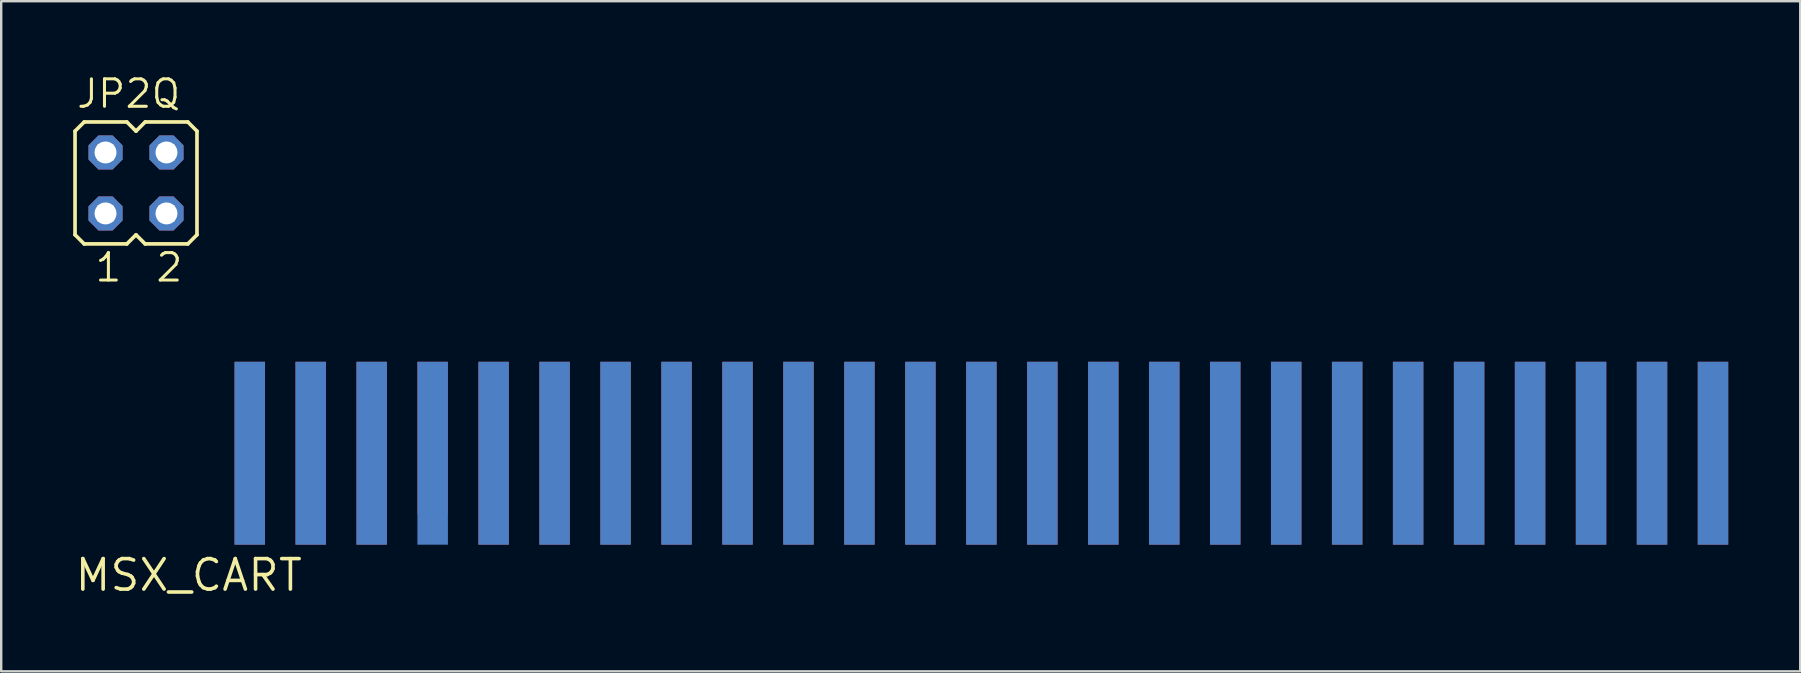
<source format=kicad_pcb>
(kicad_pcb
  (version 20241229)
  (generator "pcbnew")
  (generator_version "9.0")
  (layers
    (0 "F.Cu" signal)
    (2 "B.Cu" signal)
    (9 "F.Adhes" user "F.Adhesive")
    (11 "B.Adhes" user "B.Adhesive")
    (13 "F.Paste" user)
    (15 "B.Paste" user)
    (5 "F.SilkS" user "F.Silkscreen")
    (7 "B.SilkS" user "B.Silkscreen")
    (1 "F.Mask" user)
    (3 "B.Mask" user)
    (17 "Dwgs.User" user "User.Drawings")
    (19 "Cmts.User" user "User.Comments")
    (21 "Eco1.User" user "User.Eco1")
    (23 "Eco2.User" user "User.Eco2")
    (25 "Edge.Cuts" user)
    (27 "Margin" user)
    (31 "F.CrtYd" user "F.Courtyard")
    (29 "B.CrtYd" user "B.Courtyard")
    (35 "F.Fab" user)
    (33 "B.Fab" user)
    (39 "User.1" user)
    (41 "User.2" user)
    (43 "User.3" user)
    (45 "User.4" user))
  (footprint "JP2Q"
    (layer "F.Cu")
    (at 2.616 4.572)
    (property "Reference" "JP2Q" (at -2.54 -3.048 0) (layer "F.SilkS") (effects (font (size 1.143 1.143) (thickness 0.127)) (justify left bottom)))
    (fp_line (start -2.54 -2.159) (end -2.159 -2.54) (stroke (width 0.152) (type solid)) (layer "F.SilkS"))
    (fp_line (start -2.54 2.159) (end -2.54 -2.159) (stroke (width 0.152) (type solid)) (layer "F.SilkS"))
    (fp_line (start -2.54 2.159) (end -2.159 2.54) (stroke (width 0.152) (type solid)) (layer "F.SilkS"))
    (fp_line (start -2.159 -2.54) (end -0.381 -2.54) (stroke (width 0.152) (type solid)) (layer "F.SilkS"))
    (fp_line (start -2.159 2.54) (end -0.381 2.54) (stroke (width 0.152) (type solid)) (layer "F.SilkS"))
    (fp_line (start -0.381 -2.54) (end 0 -2.159) (stroke (width 0.152) (type solid)) (layer "F.SilkS"))
    (fp_line (start 0 -2.159) (end 0.381 -2.54) (stroke (width 0.152) (type solid)) (layer "F.SilkS"))
    (fp_line (start 0 2.159) (end -0.381 2.54) (stroke (width 0.152) (type solid)) (layer "F.SilkS"))
    (fp_line (start 0 2.159) (end 0.381 2.54) (stroke (width 0.152) (type solid)) (layer "F.SilkS"))
    (fp_line (start 0.381 -2.54) (end 2.159 -2.54) (stroke (width 0.152) (type solid)) (layer "F.SilkS"))
    (fp_line (start 2.159 2.54) (end 0.381 2.54) (stroke (width 0.152) (type solid)) (layer "F.SilkS"))
    (fp_line (start 2.54 -2.159) (end 2.159 -2.54) (stroke (width 0.152) (type solid)) (layer "F.SilkS"))
    (fp_line (start 2.54 -2.159) (end 2.54 2.159) (stroke (width 0.152) (type solid)) (layer "F.SilkS"))
    (fp_line (start 2.54 2.159) (end 2.159 2.54) (stroke (width 0.152) (type solid)) (layer "F.SilkS"))
    (fp_poly (pts (xy -1.575 -0.965) (xy -0.965 -0.965) (xy -0.965 -1.575) (xy -1.575 -1.575)) (stroke (width 0.1) (type default)) (fill no) (layer "F.Fab"))
    (fp_poly (pts (xy -1.575 1.575) (xy -0.965 1.575) (xy -0.965 0.965) (xy -1.575 0.965)) (stroke (width 0.1) (type default)) (fill no) (layer "F.Fab"))
    (fp_poly (pts (xy 0.965 -0.965) (xy 1.575 -0.965) (xy 1.575 -1.575) (xy 0.965 -1.575)) (stroke (width 0.1) (type default)) (fill no) (layer "F.Fab"))
    (fp_poly (pts (xy 0.965 1.575) (xy 1.575 1.575) (xy 1.575 0.965) (xy 0.965 0.965)) (stroke (width 0.1) (type default)) (fill no) (layer "F.Fab"))
    (fp_text user "1" (at -1.778 4.191 0) (layer "F.SilkS") (effects (font (size 1.143 1.143) (thickness 0.127)) (justify left bottom)))
    (fp_text user "2" (at 0.762 4.191 0) (layer "F.SilkS") (effects (font (size 1.143 1.143) (thickness 0.127)) (justify left bottom)))
    (pad "1" thru_hole roundrect (at -1.27 1.27) (size 1.422 1.422) (drill 0.914) (layers "*.Cu" "*.Mask") (roundrect_rratio 0.25) (chamfer_ratio 0.293) (chamfer top_left top_right bottom_left bottom_right))
    (pad "2" thru_hole roundrect (at -1.27 -1.27) (size 1.422 1.422) (drill 0.914) (layers "*.Cu" "*.Mask") (roundrect_rratio 0.25) (chamfer_ratio 0.293) (chamfer top_left top_right bottom_left bottom_right))
    (pad "3" thru_hole roundrect (at 1.27 1.27) (size 1.422 1.422) (drill 0.914) (layers "*.Cu" "*.Mask") (roundrect_rratio 0.25) (chamfer_ratio 0.293) (chamfer top_left top_right bottom_left bottom_right))
    (pad "4" thru_hole roundrect (at 1.27 -1.27) (size 1.422 1.422) (drill 0.914) (layers "*.Cu" "*.Mask") (roundrect_rratio 0.25) (chamfer_ratio 0.293) (chamfer top_left top_right bottom_left bottom_right)))
  (footprint "MSX_CART"
    (layer "F.Cu")
    (at 4.815 20.912)
    (property "Reference" "MSX_CART" (at 0 0 0) (layer "F.SilkS") (effects (font (size 1.27 1.27) (thickness 0.15))))
    (pad "P1" smd rect (at 63.5 -5.08 180) (size 1.27 7.62) (layers "B.Cu" "B.Mask"))
    (pad "P2" smd rect (at 63.5 -5.08) (size 1.27 7.62) (layers "F.Cu" "F.Mask"))
    (pad "P3" smd rect (at 60.96 -5.08 180) (size 1.27 7.62) (layers "B.Cu" "B.Mask"))
    (pad "P4" smd rect (at 60.96 -5.08) (size 1.27 7.62) (layers "F.Cu" "F.Mask"))
    (pad "P5" smd rect (at 58.42 -5.08 180) (size 1.27 7.62) (layers "B.Cu" "B.Mask"))
    (pad "P6" smd rect (at 58.42 -5.08) (size 1.27 7.62) (layers "F.Cu" "F.Mask"))
    (pad "P7" smd rect (at 55.88 -5.08 180) (size 1.27 7.62) (layers "B.Cu" "B.Mask"))
    (pad "P8" smd rect (at 55.88 -5.08) (size 1.27 7.62) (layers "F.Cu" "F.Mask"))
    (pad "P9" smd rect (at 53.34 -5.08 180) (size 1.27 7.62) (layers "B.Cu" "B.Mask"))
    (pad "P10" smd rect (at 53.34 -5.08) (size 1.27 7.62) (layers "F.Cu" "F.Mask"))
    (pad "P11" smd rect (at 50.8 -5.08 180) (size 1.27 7.62) (layers "B.Cu" "B.Mask"))
    (pad "P12" smd rect (at 50.8 -5.08) (size 1.27 7.62) (layers "F.Cu" "F.Mask"))
    (pad "P13" smd rect (at 48.26 -5.08 180) (size 1.27 7.62) (layers "B.Cu" "B.Mask"))
    (pad "P14" smd rect (at 48.26 -5.08) (size 1.27 7.62) (layers "F.Cu" "F.Mask"))
    (pad "P15" smd rect (at 45.72 -5.08 180) (size 1.27 7.62) (layers "B.Cu" "B.Mask"))
    (pad "P16" smd rect (at 45.72 -5.08) (size 1.27 7.62) (layers "F.Cu" "F.Mask"))
    (pad "P17" smd rect (at 43.18 -5.08 180) (size 1.27 7.62) (layers "B.Cu" "B.Mask"))
    (pad "P18" smd rect (at 43.18 -5.08) (size 1.27 7.62) (layers "F.Cu" "F.Mask"))
    (pad "P19" smd rect (at 40.64 -5.08 180) (size 1.27 7.62) (layers "B.Cu" "B.Mask"))
    (pad "P20" smd rect (at 40.64 -5.08) (size 1.27 7.62) (layers "F.Cu" "F.Mask"))
    (pad "P21" smd rect (at 38.1 -5.08 180) (size 1.27 7.62) (layers "B.Cu" "B.Mask"))
    (pad "P22" smd rect (at 38.1 -5.08) (size 1.27 7.62) (layers "F.Cu" "F.Mask"))
    (pad "P23" smd rect (at 35.56 -5.08 180) (size 1.27 7.62) (layers "B.Cu" "B.Mask"))
    (pad "P24" smd rect (at 35.56 -5.08) (size 1.27 7.62) (layers "F.Cu" "F.Mask"))
    (pad "P25" smd rect (at 33.02 -5.08 180) (size 1.27 7.62) (layers "B.Cu" "B.Mask"))
    (pad "P26" smd rect (at 33.02 -5.08) (size 1.27 7.62) (layers "F.Cu" "F.Mask"))
    (pad "P27" smd rect (at 30.48 -5.08 180) (size 1.27 7.62) (layers "B.Cu" "B.Mask"))
    (pad "P28" smd rect (at 30.48 -5.08) (size 1.27 7.62) (layers "F.Cu" "F.Mask"))
    (pad "P29" smd rect (at 27.94 -5.08 180) (size 1.27 7.62) (layers "B.Cu" "B.Mask"))
    (pad "P30" smd rect (at 27.94 -5.08) (size 1.27 7.62) (layers "F.Cu" "F.Mask"))
    (pad "P31" smd rect (at 25.4 -5.08 180) (size 1.27 7.62) (layers "B.Cu" "B.Mask"))
    (pad "P32" smd rect (at 25.4 -5.08) (size 1.27 7.62) (layers "F.Cu" "F.Mask"))
    (pad "P33" smd rect (at 22.86 -5.08 180) (size 1.27 7.62) (layers "B.Cu" "B.Mask"))
    (pad "P34" smd rect (at 22.86 -5.08) (size 1.27 7.62) (layers "F.Cu" "F.Mask"))
    (pad "P35" smd rect (at 20.32 -5.08 180) (size 1.27 7.62) (layers "B.Cu" "B.Mask"))
    (pad "P36" smd rect (at 20.32 -5.08) (size 1.27 7.62) (layers "F.Cu" "F.Mask"))
    (pad "P37" smd rect (at 17.78 -5.08 180) (size 1.27 7.62) (layers "B.Cu" "B.Mask"))
    (pad "P38" smd rect (at 17.78 -5.08) (size 1.27 7.62) (layers "F.Cu" "F.Mask"))
    (pad "P39" smd rect (at 15.24 -5.08 180) (size 1.27 7.62) (layers "B.Cu" "B.Mask"))
    (pad "P40" smd rect (at 15.24 -5.08) (size 1.27 7.62) (layers "F.Cu" "F.Mask"))
    (pad "P41" smd rect (at 12.7 -5.08 180) (size 1.27 7.62) (layers "B.Cu" "B.Mask"))
    (pad "P42" smd rect (at 12.7 -5.08) (size 1.27 7.62) (layers "F.Cu" "F.Mask"))
    (pad "P43" smd rect (at 10.16 -5.08 180) (size 1.27 7.62) (layers "B.Cu" "B.Mask"))
    (pad "P44" smd rect (at 10.16 -5.715) (size 1.27 6.35) (layers "F.Cu" "F.Mask"))
    (pad "P45" smd rect (at 7.62 -5.08 180) (size 1.27 7.62) (layers "B.Cu" "B.Mask"))
    (pad "P46" smd rect (at 7.62 -5.08) (size 1.27 7.62) (layers "F.Cu" "F.Mask"))
    (pad "P47" smd rect (at 5.08 -5.08 180) (size 1.27 7.62) (layers "B.Cu" "B.Mask"))
    (pad "P48" smd rect (at 5.08 -5.08) (size 1.27 7.62) (layers "F.Cu" "F.Mask"))
    (pad "P49" smd rect (at 2.54 -5.08 180) (size 1.27 7.62) (layers "B.Cu" "B.Mask"))
    (pad "P50" smd rect (at 2.54 -5.08) (size 1.27 7.62) (layers "F.Cu" "F.Mask")))
  (gr_rect
    (start -3 -3)
    (end 71.95 24.918)
    (stroke (width 0.1) (type default))
    (fill no)
    (layer "Edge.Cuts")))
</source>
